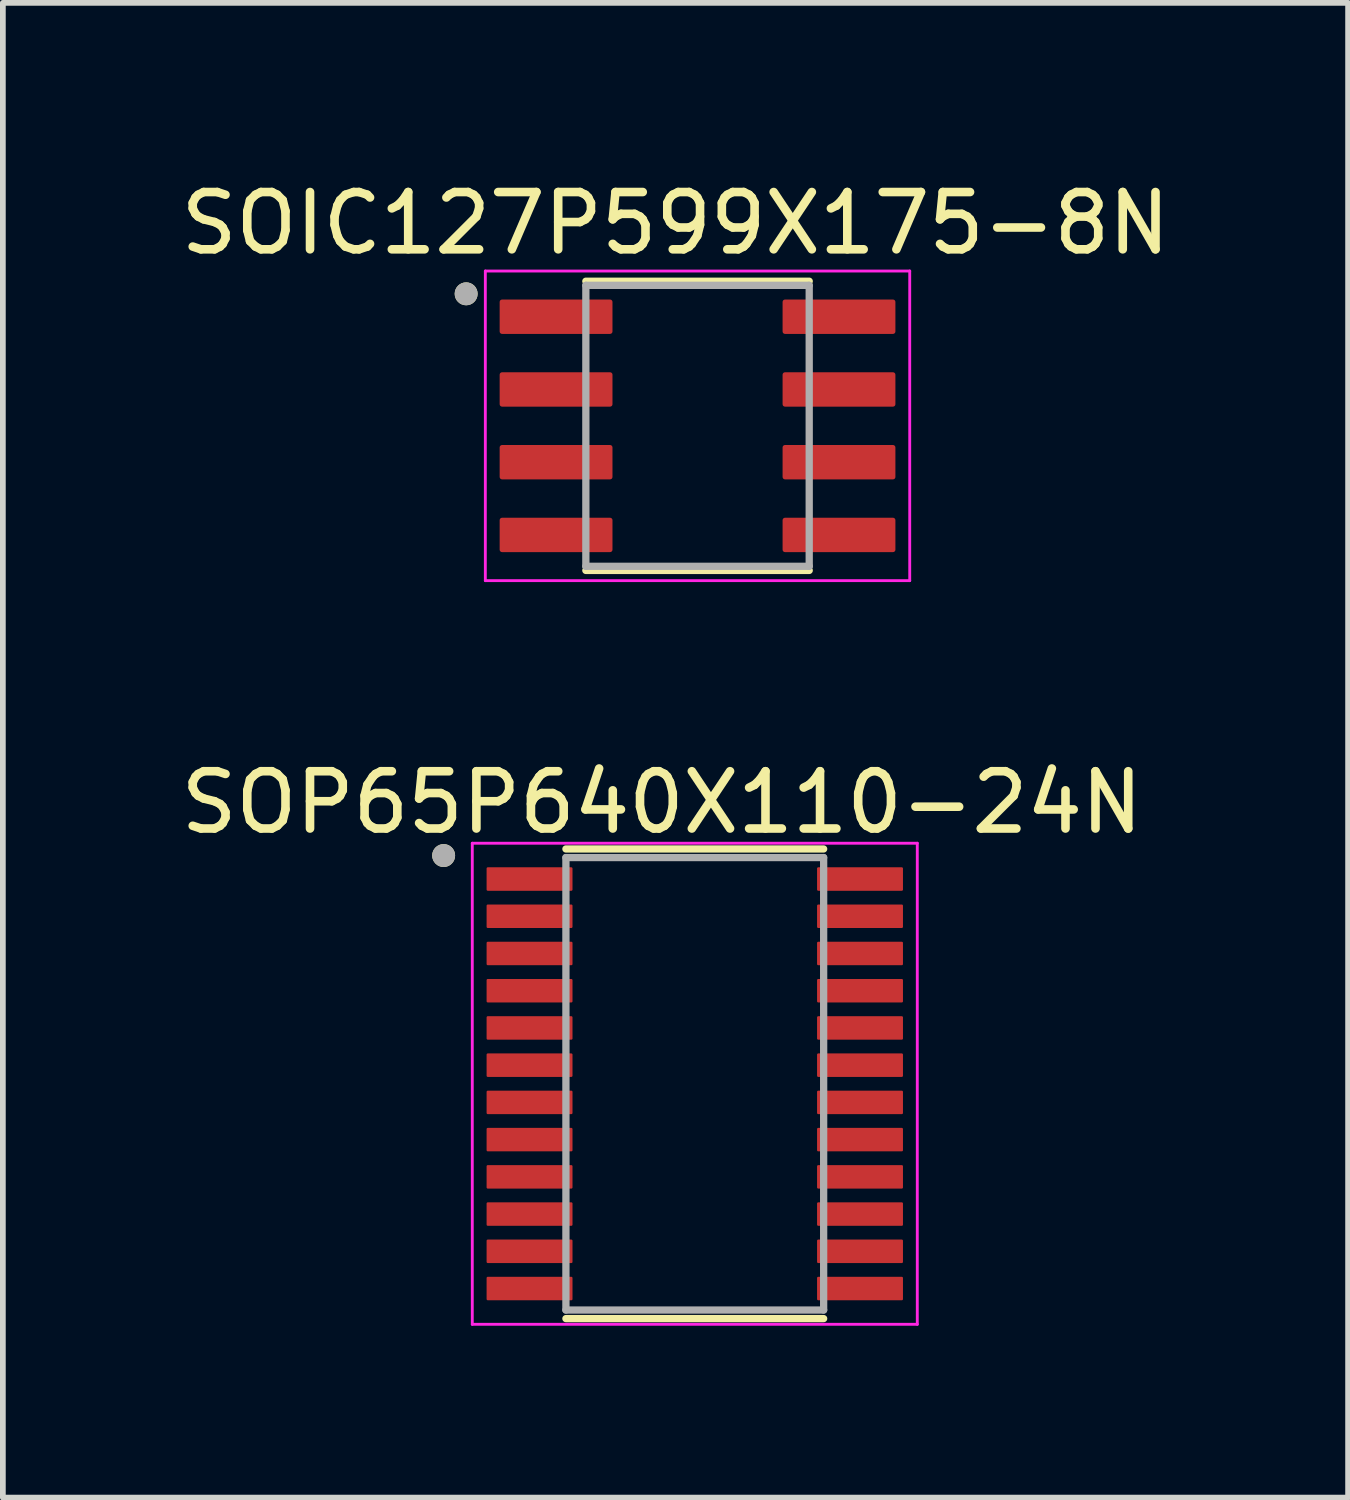
<source format=kicad_pcb>
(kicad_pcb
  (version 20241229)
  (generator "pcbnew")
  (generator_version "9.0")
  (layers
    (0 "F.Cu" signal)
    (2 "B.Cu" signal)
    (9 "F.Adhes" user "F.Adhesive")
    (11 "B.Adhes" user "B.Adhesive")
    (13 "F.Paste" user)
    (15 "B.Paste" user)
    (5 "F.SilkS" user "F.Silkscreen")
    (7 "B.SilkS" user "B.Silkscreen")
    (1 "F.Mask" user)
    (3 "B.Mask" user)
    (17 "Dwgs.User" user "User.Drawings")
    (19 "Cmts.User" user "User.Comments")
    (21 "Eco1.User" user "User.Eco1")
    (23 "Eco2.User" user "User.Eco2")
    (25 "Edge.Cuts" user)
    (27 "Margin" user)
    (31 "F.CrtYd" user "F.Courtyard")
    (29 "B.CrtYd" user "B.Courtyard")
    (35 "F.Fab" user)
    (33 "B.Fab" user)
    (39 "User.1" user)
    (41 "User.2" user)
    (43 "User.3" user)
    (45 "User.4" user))
  (footprint "SOP65P640X110-24N"
    (layer "F.Cu")
    (at 9.081 15.873)
    (property "Reference" "SOP65P640X110-24N" (at -0.575 -4.912 0) (layer "F.SilkS") (effects (font (size 1 1) (thickness 0.15))))
    (attr through_hole)
    (fp_line (start -2.25 -4.1) (end 2.25 -4.1) (stroke (width 0.127) (type solid)) (layer "F.SilkS"))
    (fp_line (start -2.25 4.1) (end 2.25 4.1) (stroke (width 0.127) (type solid)) (layer "F.SilkS"))
    (fp_circle (center -4.385 -3.985) (end -4.285 -3.985) (stroke (width 0.2) (type solid)) (fill no) (layer "F.SilkS"))
    (fp_line (start -3.885 -4.2) (end -3.885 4.2) (stroke (width 0.05) (type solid)) (layer "F.CrtYd"))
    (fp_line (start -3.885 -4.2) (end 3.885 -4.2) (stroke (width 0.05) (type solid)) (layer "F.CrtYd"))
    (fp_line (start -3.885 4.2) (end 3.885 4.2) (stroke (width 0.05) (type solid)) (layer "F.CrtYd"))
    (fp_line (start 3.885 -4.2) (end 3.885 4.2) (stroke (width 0.05) (type solid)) (layer "F.CrtYd"))
    (fp_line (start -2.25 -3.95) (end -2.25 3.95) (stroke (width 0.127) (type solid)) (layer "F.Fab"))
    (fp_line (start -2.25 -3.95) (end 2.25 -3.95) (stroke (width 0.127) (type solid)) (layer "F.Fab"))
    (fp_line (start -2.25 3.95) (end 2.25 3.95) (stroke (width 0.127) (type solid)) (layer "F.Fab"))
    (fp_line (start 2.25 -3.95) (end 2.25 3.95) (stroke (width 0.127) (type solid)) (layer "F.Fab"))
    (fp_circle (center -4.385 -3.985) (end -4.285 -3.985) (stroke (width 0.2) (type solid)) (fill no) (layer "F.Fab"))
    (pad "1" smd roundrect (at -2.885 -3.575) (size 1.5 0.41) (layers "F.Cu" "F.Mask" "F.Paste") (roundrect_rratio 0.05))
    (pad "2" smd roundrect (at -2.885 -2.925) (size 1.5 0.41) (layers "F.Cu" "F.Mask" "F.Paste") (roundrect_rratio 0.05))
    (pad "3" smd roundrect (at -2.885 -2.275) (size 1.5 0.41) (layers "F.Cu" "F.Mask" "F.Paste") (roundrect_rratio 0.05))
    (pad "4" smd roundrect (at -2.885 -1.625) (size 1.5 0.41) (layers "F.Cu" "F.Mask" "F.Paste") (roundrect_rratio 0.05))
    (pad "5" smd roundrect (at -2.885 -0.975) (size 1.5 0.41) (layers "F.Cu" "F.Mask" "F.Paste") (roundrect_rratio 0.05))
    (pad "6" smd roundrect (at -2.885 -0.325) (size 1.5 0.41) (layers "F.Cu" "F.Mask" "F.Paste") (roundrect_rratio 0.05))
    (pad "7" smd roundrect (at -2.885 0.325) (size 1.5 0.41) (layers "F.Cu" "F.Mask" "F.Paste") (roundrect_rratio 0.05))
    (pad "8" smd roundrect (at -2.885 0.975) (size 1.5 0.41) (layers "F.Cu" "F.Mask" "F.Paste") (roundrect_rratio 0.05))
    (pad "9" smd roundrect (at -2.885 1.625) (size 1.5 0.41) (layers "F.Cu" "F.Mask" "F.Paste") (roundrect_rratio 0.05))
    (pad "10" smd roundrect (at -2.885 2.275) (size 1.5 0.41) (layers "F.Cu" "F.Mask" "F.Paste") (roundrect_rratio 0.05))
    (pad "11" smd roundrect (at -2.885 2.925) (size 1.5 0.41) (layers "F.Cu" "F.Mask" "F.Paste") (roundrect_rratio 0.05))
    (pad "12" smd roundrect (at -2.885 3.575) (size 1.5 0.41) (layers "F.Cu" "F.Mask" "F.Paste") (roundrect_rratio 0.05))
    (pad "13" smd roundrect (at 2.885 3.575) (size 1.5 0.41) (layers "F.Cu" "F.Mask" "F.Paste") (roundrect_rratio 0.05))
    (pad "14" smd roundrect (at 2.885 2.925) (size 1.5 0.41) (layers "F.Cu" "F.Mask" "F.Paste") (roundrect_rratio 0.05))
    (pad "15" smd roundrect (at 2.885 2.275) (size 1.5 0.41) (layers "F.Cu" "F.Mask" "F.Paste") (roundrect_rratio 0.05))
    (pad "16" smd roundrect (at 2.885 1.625) (size 1.5 0.41) (layers "F.Cu" "F.Mask" "F.Paste") (roundrect_rratio 0.05))
    (pad "17" smd roundrect (at 2.885 0.975) (size 1.5 0.41) (layers "F.Cu" "F.Mask" "F.Paste") (roundrect_rratio 0.05))
    (pad "18" smd roundrect (at 2.885 0.325) (size 1.5 0.41) (layers "F.Cu" "F.Mask" "F.Paste") (roundrect_rratio 0.05))
    (pad "19" smd roundrect (at 2.885 -0.325) (size 1.5 0.41) (layers "F.Cu" "F.Mask" "F.Paste") (roundrect_rratio 0.05))
    (pad "20" smd roundrect (at 2.885 -0.975) (size 1.5 0.41) (layers "F.Cu" "F.Mask" "F.Paste") (roundrect_rratio 0.05))
    (pad "21" smd roundrect (at 2.885 -1.625) (size 1.5 0.41) (layers "F.Cu" "F.Mask" "F.Paste") (roundrect_rratio 0.05))
    (pad "22" smd roundrect (at 2.885 -2.275) (size 1.5 0.41) (layers "F.Cu" "F.Mask" "F.Paste") (roundrect_rratio 0.05))
    (pad "23" smd roundrect (at 2.885 -2.925) (size 1.5 0.41) (layers "F.Cu" "F.Mask" "F.Paste") (roundrect_rratio 0.05))
    (pad "24" smd roundrect (at 2.885 -3.575) (size 1.5 0.41) (layers "F.Cu" "F.Mask" "F.Paste") (roundrect_rratio 0.05)))
  (footprint "SOIC127P599X175-8N"
    (layer "F.Cu")
    (at 9.129 4.385)
    (property "Reference" "SOIC127P599X175-8N" (at -0.385 -3.537 0) (layer "F.SilkS") (effects (font (size 1 1) (thickness 0.15))))
    (attr smd)
    (fp_line (start -1.95 -2.525) (end 1.95 -2.525) (stroke (width 0.127) (type solid)) (layer "F.SilkS"))
    (fp_line (start -1.95 2.525) (end 1.95 2.525) (stroke (width 0.127) (type solid)) (layer "F.SilkS"))
    (fp_circle (center -4.04 -2.305) (end -3.94 -2.305) (stroke (width 0.2) (type solid)) (fill no) (layer "F.SilkS"))
    (fp_line (start -3.705 -2.703) (end -3.705 2.703) (stroke (width 0.05) (type solid)) (layer "F.CrtYd"))
    (fp_line (start -3.705 -2.703) (end 3.705 -2.703) (stroke (width 0.05) (type solid)) (layer "F.CrtYd"))
    (fp_line (start -3.705 2.703) (end 3.705 2.703) (stroke (width 0.05) (type solid)) (layer "F.CrtYd"))
    (fp_line (start 3.705 -2.703) (end 3.705 2.703) (stroke (width 0.05) (type solid)) (layer "F.CrtYd"))
    (fp_line (start -1.95 -2.453) (end -1.95 2.453) (stroke (width 0.127) (type solid)) (layer "F.Fab"))
    (fp_line (start -1.95 -2.453) (end 1.95 -2.453) (stroke (width 0.127) (type solid)) (layer "F.Fab"))
    (fp_line (start -1.95 2.453) (end 1.95 2.453) (stroke (width 0.127) (type solid)) (layer "F.Fab"))
    (fp_line (start 1.95 -2.453) (end 1.95 2.453) (stroke (width 0.127) (type solid)) (layer "F.Fab"))
    (fp_circle (center -4.04 -2.305) (end -3.94 -2.305) (stroke (width 0.2) (type solid)) (fill no) (layer "F.Fab"))
    (pad "1" smd roundrect (at -2.47 -1.905) (size 1.97 0.6) (layers "F.Cu" "F.Mask" "F.Paste") (roundrect_rratio 0.07))
    (pad "2" smd roundrect (at -2.47 -0.635) (size 1.97 0.6) (layers "F.Cu" "F.Mask" "F.Paste") (roundrect_rratio 0.07))
    (pad "3" smd roundrect (at -2.47 0.635) (size 1.97 0.6) (layers "F.Cu" "F.Mask" "F.Paste") (roundrect_rratio 0.07))
    (pad "4" smd roundrect (at -2.47 1.905) (size 1.97 0.6) (layers "F.Cu" "F.Mask" "F.Paste") (roundrect_rratio 0.07))
    (pad "5" smd roundrect (at 2.47 1.905) (size 1.97 0.6) (layers "F.Cu" "F.Mask" "F.Paste") (roundrect_rratio 0.07))
    (pad "6" smd roundrect (at 2.47 0.635) (size 1.97 0.6) (layers "F.Cu" "F.Mask" "F.Paste") (roundrect_rratio 0.07))
    (pad "7" smd roundrect (at 2.47 -0.635) (size 1.97 0.6) (layers "F.Cu" "F.Mask" "F.Paste") (roundrect_rratio 0.07))
    (pad "8" smd roundrect (at 2.47 -1.905) (size 1.97 0.6) (layers "F.Cu" "F.Mask" "F.Paste") (roundrect_rratio 0.07)))
  (gr_rect
    (start -3 -3)
    (end 20.488 23.098)
    (stroke (width 0.1) (type default))
    (fill no)
    (layer "Edge.Cuts")))
</source>
